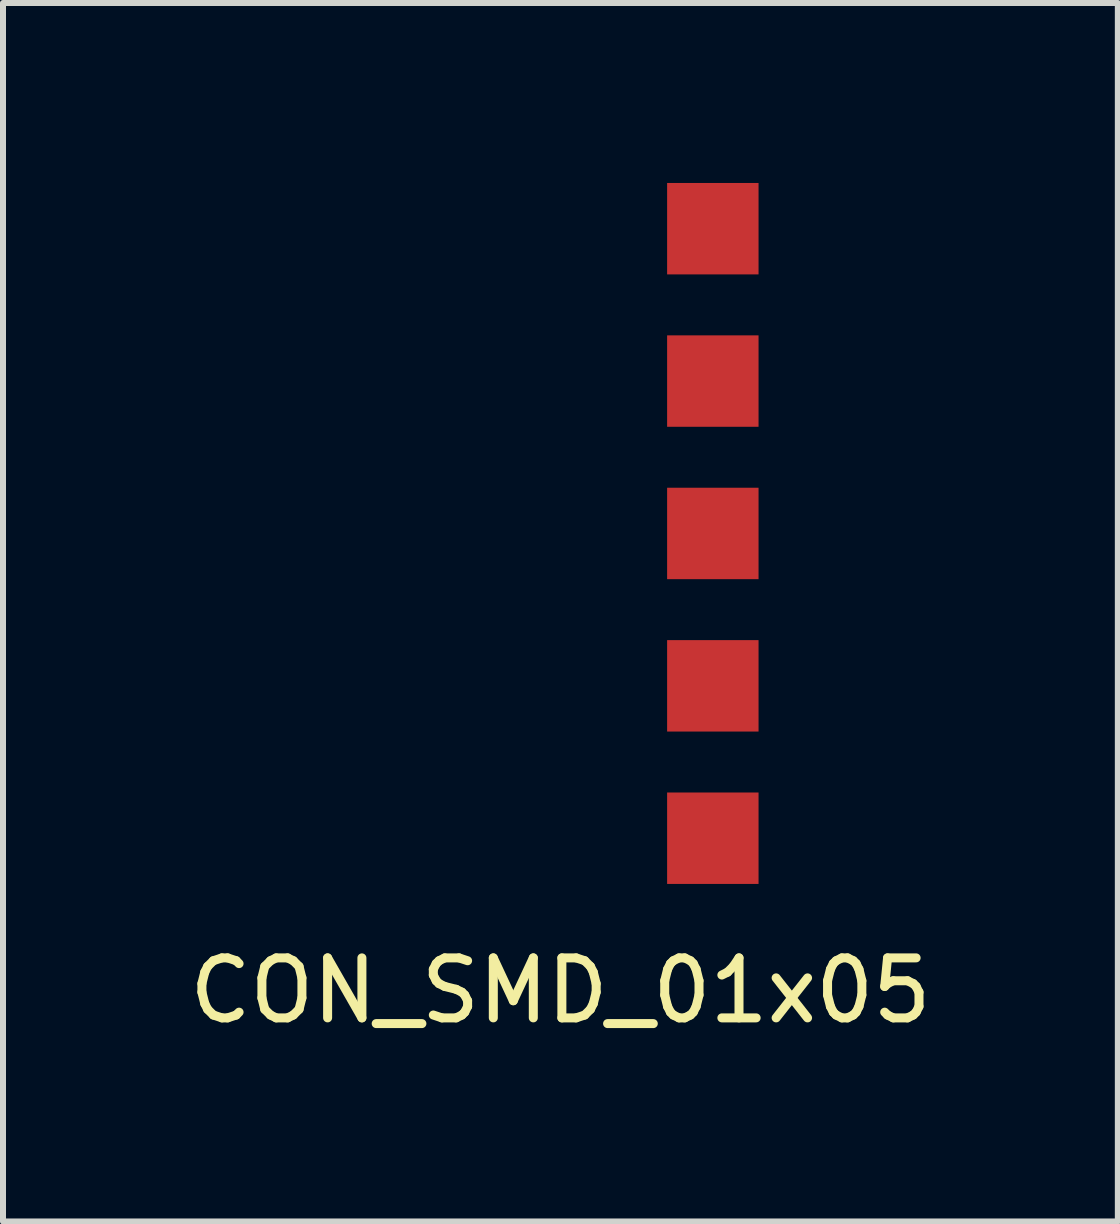
<source format=kicad_pcb>
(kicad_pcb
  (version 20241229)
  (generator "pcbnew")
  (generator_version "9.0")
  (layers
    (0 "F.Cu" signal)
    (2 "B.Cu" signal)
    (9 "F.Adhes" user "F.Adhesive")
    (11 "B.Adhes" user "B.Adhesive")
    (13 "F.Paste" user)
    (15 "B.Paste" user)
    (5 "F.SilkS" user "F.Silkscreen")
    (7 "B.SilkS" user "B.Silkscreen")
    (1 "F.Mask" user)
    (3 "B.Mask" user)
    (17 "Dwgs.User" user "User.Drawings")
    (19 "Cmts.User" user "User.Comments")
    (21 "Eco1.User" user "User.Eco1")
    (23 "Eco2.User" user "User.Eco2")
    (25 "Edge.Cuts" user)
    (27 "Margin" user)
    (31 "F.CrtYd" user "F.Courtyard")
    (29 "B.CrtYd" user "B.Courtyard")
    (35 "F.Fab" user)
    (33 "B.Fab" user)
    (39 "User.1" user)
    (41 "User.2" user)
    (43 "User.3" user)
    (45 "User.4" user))
  (footprint "CON_SMD_01x05"
    (layer "F.Cu")
    (at 8.832 5.842)
    (property "Reference" "CON_SMD_01x05" (at -2.54 7.62 0) (layer "F.SilkS") (effects (font (size 1 1) (thickness 0.15))))
    (attr through_hole)
    (pad "1" smd rect (at 0 -5.08) (size 1.524 1.524) (layers "F.Cu" "F.Mask" "F.Paste"))
    (pad "2" smd rect (at 0 -2.54) (size 1.524 1.524) (layers "F.Cu" "F.Mask" "F.Paste"))
    (pad "3" smd rect (at 0 0) (size 1.524 1.524) (layers "F.Cu" "F.Mask" "F.Paste"))
    (pad "4" smd rect (at 0 2.54 90) (size 1.524 1.524) (layers "F.Cu" "F.Mask" "F.Paste"))
    (pad "5" smd rect (at 0 5.08) (size 1.524 1.524) (layers "F.Cu" "F.Mask" "F.Paste")))
  (gr_rect
    (start -3 -3)
    (end 15.583 17.31)
    (stroke (width 0.1) (type default))
    (fill no)
    (layer "Edge.Cuts")))
</source>
